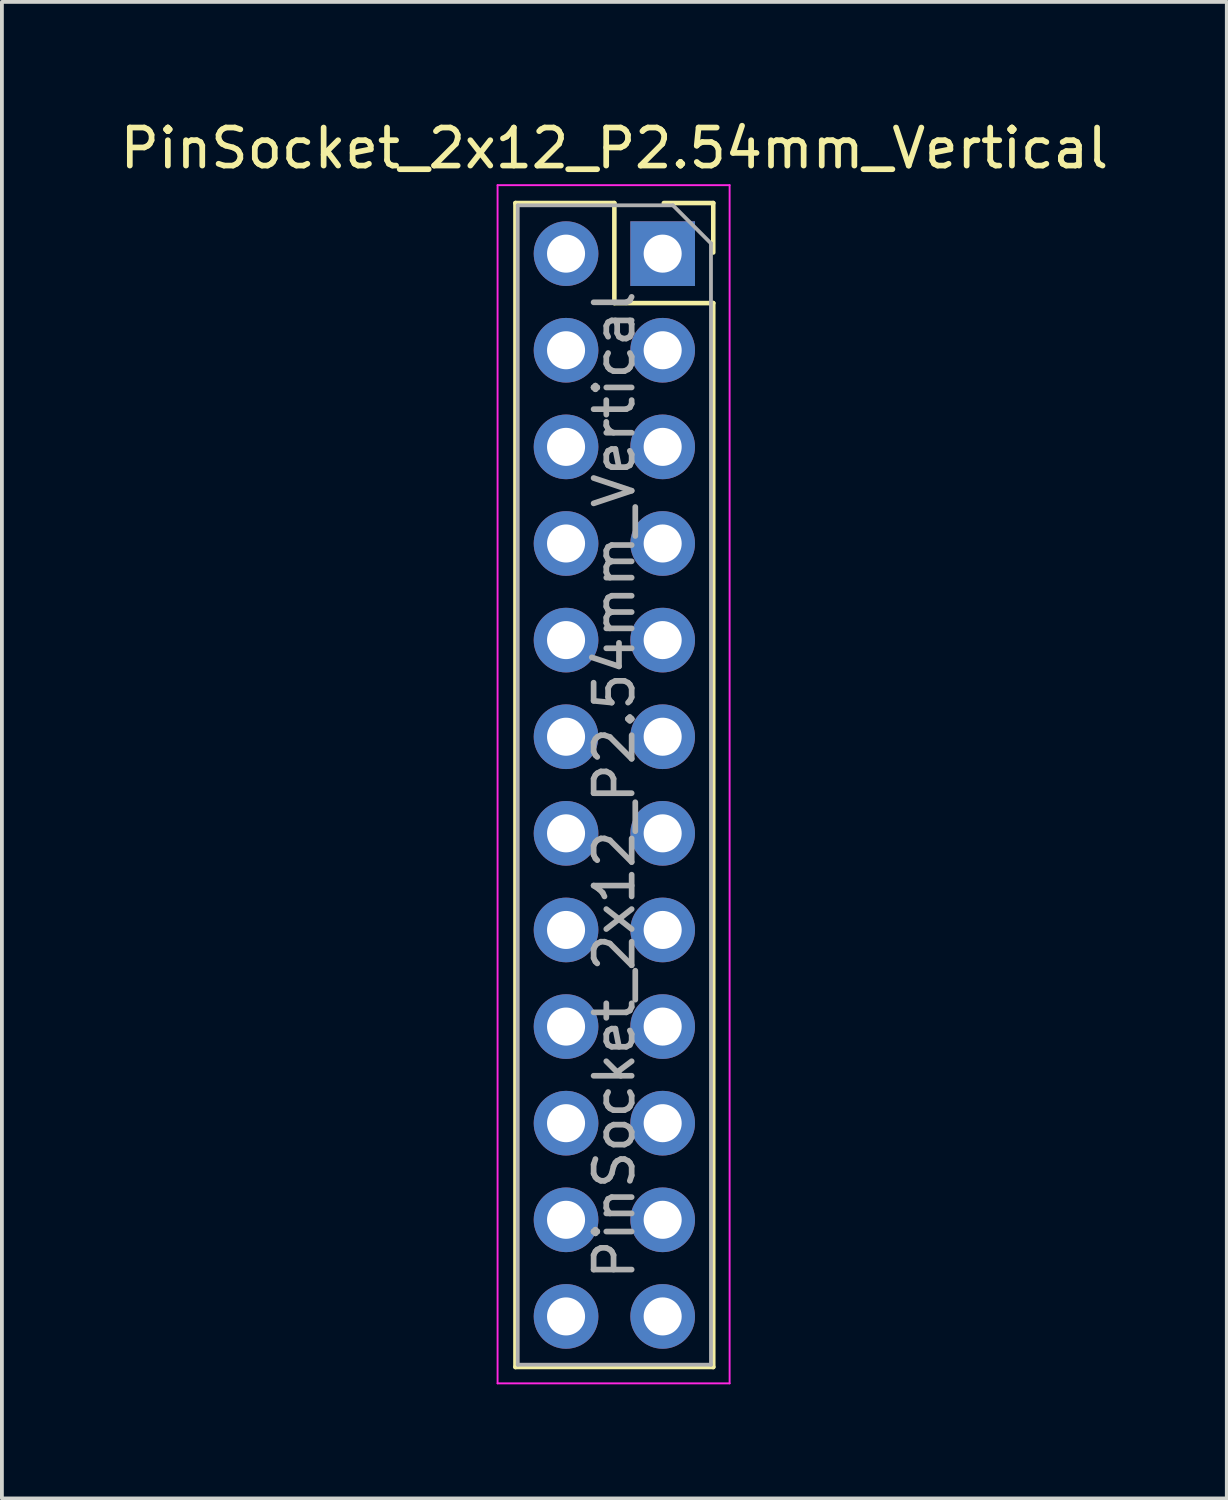
<source format=kicad_pcb>
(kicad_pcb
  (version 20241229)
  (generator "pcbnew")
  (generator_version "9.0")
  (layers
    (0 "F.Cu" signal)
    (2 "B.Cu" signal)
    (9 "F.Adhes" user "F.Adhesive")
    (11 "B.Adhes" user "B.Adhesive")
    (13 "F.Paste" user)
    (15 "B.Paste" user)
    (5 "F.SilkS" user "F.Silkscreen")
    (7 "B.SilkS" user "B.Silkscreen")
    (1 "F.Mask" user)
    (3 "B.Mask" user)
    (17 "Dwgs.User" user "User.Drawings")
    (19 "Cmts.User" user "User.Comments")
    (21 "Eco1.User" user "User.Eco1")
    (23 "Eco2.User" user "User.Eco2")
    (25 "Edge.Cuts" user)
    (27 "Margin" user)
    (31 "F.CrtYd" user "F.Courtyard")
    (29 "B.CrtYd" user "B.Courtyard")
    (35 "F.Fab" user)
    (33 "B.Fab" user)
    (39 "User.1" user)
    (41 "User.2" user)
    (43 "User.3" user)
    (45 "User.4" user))
  (footprint "PinSocket_2x12_P2.54mm_Vertical"
    (layer "F.Cu")
    (at 14.371 3.618)
    (property "Reference" "PinSocket_2x12_P2.54mm_Vertical" (at -1.27 -2.77 0) (layer "F.SilkS") (effects (font (size 1 1) (thickness 0.15))))
    (attr through_hole)
    (fp_line (start -3.87 -1.33) (end -3.87 29.27) (stroke (width 0.12) (type solid)) (layer "F.SilkS"))
    (fp_line (start -3.87 29.27) (end 1.33 29.27) (stroke (width 0.12) (type solid)) (layer "F.SilkS"))
    (fp_line (start -1.27 -1.33) (end -3.87 -1.33) (stroke (width 0.12) (type solid)) (layer "F.SilkS"))
    (fp_line (start -1.27 1.3) (end -1.27 -1.33) (stroke (width 0.12) (type solid)) (layer "F.SilkS"))
    (fp_line (start 1.33 -1.33) (end 0.03 -1.33) (stroke (width 0.12) (type solid)) (layer "F.SilkS"))
    (fp_line (start 1.33 -0.03) (end 1.33 -1.33) (stroke (width 0.12) (type solid)) (layer "F.SilkS"))
    (fp_line (start 1.33 1.3) (end -1.27 1.3) (stroke (width 0.12) (type solid)) (layer "F.SilkS"))
    (fp_line (start 1.33 29.27) (end 1.33 1.3) (stroke (width 0.12) (type solid)) (layer "F.SilkS"))
    (fp_line (start -4.34 -1.8) (end 1.76 -1.8) (stroke (width 0.05) (type solid)) (layer "F.CrtYd"))
    (fp_line (start -4.34 29.7) (end -4.34 -1.8) (stroke (width 0.05) (type solid)) (layer "F.CrtYd"))
    (fp_line (start 1.76 -1.8) (end 1.76 29.7) (stroke (width 0.05) (type solid)) (layer "F.CrtYd"))
    (fp_line (start 1.76 29.7) (end -4.34 29.7) (stroke (width 0.05) (type solid)) (layer "F.CrtYd"))
    (fp_line (start -3.81 -1.27) (end 0.27 -1.27) (stroke (width 0.1) (type solid)) (layer "F.Fab"))
    (fp_line (start -3.81 29.21) (end -3.81 -1.27) (stroke (width 0.1) (type solid)) (layer "F.Fab"))
    (fp_line (start 0.27 -1.27) (end 1.27 -0.27) (stroke (width 0.1) (type solid)) (layer "F.Fab"))
    (fp_line (start 1.27 -0.27) (end 1.27 29.21) (stroke (width 0.1) (type solid)) (layer "F.Fab"))
    (fp_line (start 1.27 29.21) (end -3.81 29.21) (stroke (width 0.1) (type solid)) (layer "F.Fab"))
    (fp_text user "${REFERENCE}" (at -1.27 13.97 90) (layer "F.Fab") (effects (font (size 1 1) (thickness 0.15))))
    (pad "1" thru_hole rect (at 0 0) (size 1.7 1.7) (drill 1) (layers "*.Cu" "*.Mask"))
    (pad "2" thru_hole oval (at -2.54 0) (size 1.7 1.7) (drill 1) (layers "*.Cu" "*.Mask"))
    (pad "3" thru_hole oval (at 0 2.54) (size 1.7 1.7) (drill 1) (layers "*.Cu" "*.Mask"))
    (pad "4" thru_hole oval (at -2.54 2.54) (size 1.7 1.7) (drill 1) (layers "*.Cu" "*.Mask"))
    (pad "5" thru_hole oval (at 0 5.08) (size 1.7 1.7) (drill 1) (layers "*.Cu" "*.Mask"))
    (pad "6" thru_hole oval (at -2.54 5.08) (size 1.7 1.7) (drill 1) (layers "*.Cu" "*.Mask"))
    (pad "7" thru_hole oval (at 0 7.62) (size 1.7 1.7) (drill 1) (layers "*.Cu" "*.Mask"))
    (pad "8" thru_hole oval (at -2.54 7.62) (size 1.7 1.7) (drill 1) (layers "*.Cu" "*.Mask"))
    (pad "9" thru_hole oval (at 0 10.16) (size 1.7 1.7) (drill 1) (layers "*.Cu" "*.Mask"))
    (pad "10" thru_hole oval (at -2.54 10.16) (size 1.7 1.7) (drill 1) (layers "*.Cu" "*.Mask"))
    (pad "11" thru_hole oval (at 0 12.7) (size 1.7 1.7) (drill 1) (layers "*.Cu" "*.Mask"))
    (pad "12" thru_hole oval (at -2.54 12.7) (size 1.7 1.7) (drill 1) (layers "*.Cu" "*.Mask"))
    (pad "13" thru_hole oval (at 0 15.24) (size 1.7 1.7) (drill 1) (layers "*.Cu" "*.Mask"))
    (pad "14" thru_hole oval (at -2.54 15.24) (size 1.7 1.7) (drill 1) (layers "*.Cu" "*.Mask"))
    (pad "15" thru_hole oval (at 0 17.78) (size 1.7 1.7) (drill 1) (layers "*.Cu" "*.Mask"))
    (pad "16" thru_hole oval (at -2.54 17.78) (size 1.7 1.7) (drill 1) (layers "*.Cu" "*.Mask"))
    (pad "17" thru_hole oval (at 0 20.32) (size 1.7 1.7) (drill 1) (layers "*.Cu" "*.Mask"))
    (pad "18" thru_hole oval (at -2.54 20.32) (size 1.7 1.7) (drill 1) (layers "*.Cu" "*.Mask"))
    (pad "19" thru_hole oval (at 0 22.86) (size 1.7 1.7) (drill 1) (layers "*.Cu" "*.Mask"))
    (pad "20" thru_hole oval (at -2.54 22.86) (size 1.7 1.7) (drill 1) (layers "*.Cu" "*.Mask"))
    (pad "21" thru_hole oval (at 0 25.4) (size 1.7 1.7) (drill 1) (layers "*.Cu" "*.Mask"))
    (pad "22" thru_hole oval (at -2.54 25.4) (size 1.7 1.7) (drill 1) (layers "*.Cu" "*.Mask"))
    (pad "23" thru_hole oval (at 0 27.94) (size 1.7 1.7) (drill 1) (layers "*.Cu" "*.Mask"))
    (pad "24" thru_hole oval (at -2.54 27.94) (size 1.7 1.7) (drill 1) (layers "*.Cu" "*.Mask")))
  (gr_rect
    (start -3 -3)
    (end 29.202 36.343)
    (stroke (width 0.1) (type default))
    (fill no)
    (layer "Edge.Cuts")))
</source>
